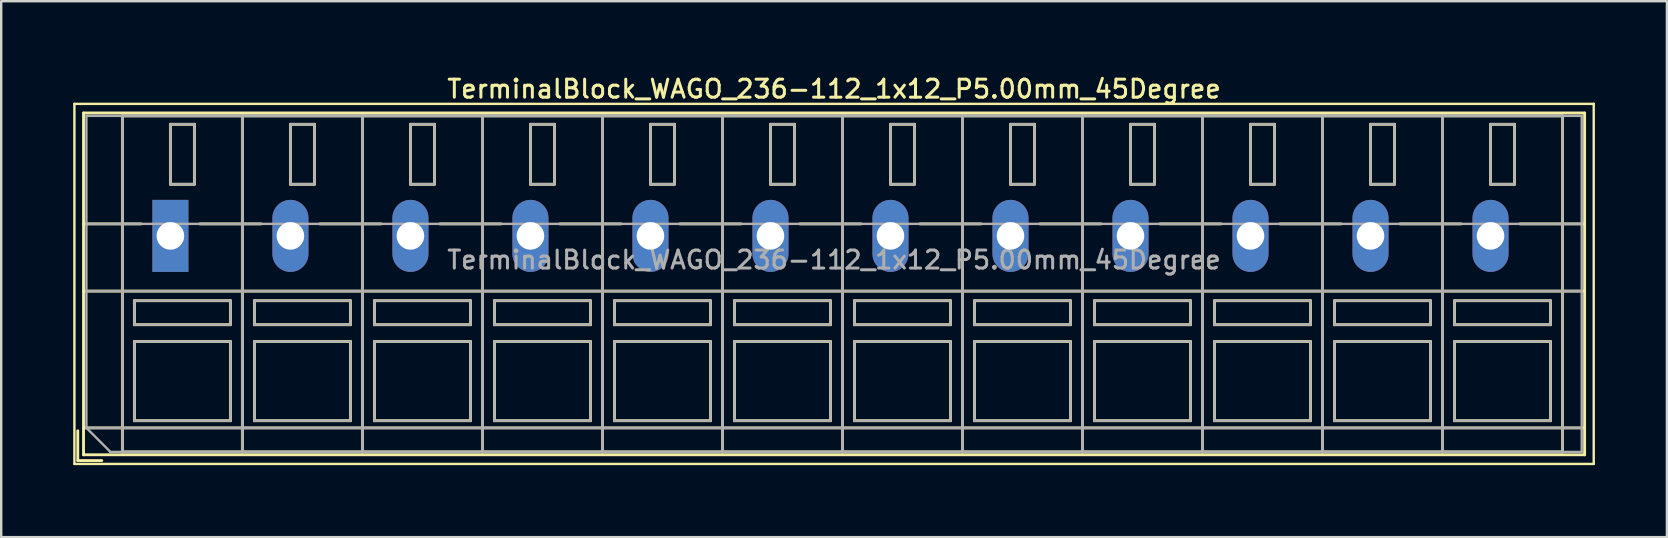
<source format=kicad_pcb>
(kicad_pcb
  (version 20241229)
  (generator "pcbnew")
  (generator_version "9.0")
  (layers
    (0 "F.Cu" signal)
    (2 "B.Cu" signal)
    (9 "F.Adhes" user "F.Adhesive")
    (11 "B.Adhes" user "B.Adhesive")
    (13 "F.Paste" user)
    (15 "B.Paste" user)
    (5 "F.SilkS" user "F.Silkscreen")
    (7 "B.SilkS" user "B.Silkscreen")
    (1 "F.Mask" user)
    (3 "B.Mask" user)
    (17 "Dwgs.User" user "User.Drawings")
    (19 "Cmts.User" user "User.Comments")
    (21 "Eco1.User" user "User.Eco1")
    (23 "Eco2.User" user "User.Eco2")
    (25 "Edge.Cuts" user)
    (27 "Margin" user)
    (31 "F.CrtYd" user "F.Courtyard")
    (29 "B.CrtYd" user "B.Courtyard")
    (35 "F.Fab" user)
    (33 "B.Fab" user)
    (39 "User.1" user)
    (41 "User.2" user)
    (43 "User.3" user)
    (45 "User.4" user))
  (footprint "TerminalBlock_WAGO_236-112_1x12_P5.00mm_45Degree"
    (layer "F.Cu")
    (at 4.05 6.778)
    (property "Reference" "TerminalBlock_WAGO_236-112_1x12_P5.00mm_45Degree" (at 27.65 -6.12 0) (layer "F.SilkS") (effects (font (size 0.75 0.75) (thickness 0.125))))
    (attr through_hole)
    (fp_line (start -4 -5.5) (end -4 9.5) (stroke (width 0.1) (type solid)) (layer "F.SilkS"))
    (fp_line (start -4 9.5) (end 59.3 9.5) (stroke (width 0.1) (type solid)) (layer "F.SilkS"))
    (fp_line (start -3.86 8.12) (end -3.86 9.36) (stroke (width 0.12) (type solid)) (layer "F.SilkS"))
    (fp_line (start -3.86 9.36) (end -2.86 9.36) (stroke (width 0.12) (type solid)) (layer "F.SilkS"))
    (fp_line (start -3.62 -5.12) (end -3.62 9.12) (stroke (width 0.12) (type solid)) (layer "F.SilkS"))
    (fp_line (start -3.62 -5.12) (end 58.92 -5.12) (stroke (width 0.12) (type solid)) (layer "F.SilkS"))
    (fp_line (start -3.62 -0.5) (end -1.23 -0.5) (stroke (width 0.12) (type solid)) (layer "F.SilkS"))
    (fp_line (start -3.62 2.3) (end 58.92 2.3) (stroke (width 0.12) (type solid)) (layer "F.SilkS"))
    (fp_line (start -3.62 8) (end 58.92 8) (stroke (width 0.12) (type solid)) (layer "F.SilkS"))
    (fp_line (start -3.62 9.12) (end 58.92 9.12) (stroke (width 0.12) (type solid)) (layer "F.SilkS"))
    (fp_line (start -2 -5) (end -2 9) (stroke (width 0.12) (type solid)) (layer "F.SilkS"))
    (fp_line (start -2 -5) (end 3 -5) (stroke (width 0.12) (type solid)) (layer "F.SilkS"))
    (fp_line (start -2 9) (end 3 9) (stroke (width 0.12) (type solid)) (layer "F.SilkS"))
    (fp_line (start -1.5 2.7) (end -1.5 3.7) (stroke (width 0.12) (type solid)) (layer "F.SilkS"))
    (fp_line (start -1.5 2.7) (end 2.5 2.7) (stroke (width 0.12) (type solid)) (layer "F.SilkS"))
    (fp_line (start -1.5 3.7) (end 2.5 3.7) (stroke (width 0.12) (type solid)) (layer "F.SilkS"))
    (fp_line (start -1.5 4.4) (end -1.5 7.7) (stroke (width 0.12) (type solid)) (layer "F.SilkS"))
    (fp_line (start -1.5 4.4) (end 2.5 4.4) (stroke (width 0.12) (type solid)) (layer "F.SilkS"))
    (fp_line (start -1.5 7.7) (end 2.5 7.7) (stroke (width 0.12) (type solid)) (layer "F.SilkS"))
    (fp_line (start 0 -4.65) (end 0 -2.151) (stroke (width 0.12) (type solid)) (layer "F.SilkS"))
    (fp_line (start 0 -4.65) (end 1 -4.65) (stroke (width 0.12) (type solid)) (layer "F.SilkS"))
    (fp_line (start 0 -2.151) (end 1 -2.151) (stroke (width 0.12) (type solid)) (layer "F.SilkS"))
    (fp_line (start 1 -4.65) (end 1 -2.151) (stroke (width 0.12) (type solid)) (layer "F.SilkS"))
    (fp_line (start 1.23 -0.5) (end 3.77 -0.5) (stroke (width 0.12) (type solid)) (layer "F.SilkS"))
    (fp_line (start 2.5 2.7) (end 2.5 3.7) (stroke (width 0.12) (type solid)) (layer "F.SilkS"))
    (fp_line (start 2.5 4.4) (end 2.5 7.7) (stroke (width 0.12) (type solid)) (layer "F.SilkS"))
    (fp_line (start 3 -5) (end 3 9) (stroke (width 0.12) (type solid)) (layer "F.SilkS"))
    (fp_line (start 3 -5) (end 3 9) (stroke (width 0.12) (type solid)) (layer "F.SilkS"))
    (fp_line (start 3 -5) (end 8 -5) (stroke (width 0.12) (type solid)) (layer "F.SilkS"))
    (fp_line (start 3 9) (end 8 9) (stroke (width 0.12) (type solid)) (layer "F.SilkS"))
    (fp_line (start 3.5 2.7) (end 3.5 3.7) (stroke (width 0.12) (type solid)) (layer "F.SilkS"))
    (fp_line (start 3.5 2.7) (end 7.5 2.7) (stroke (width 0.12) (type solid)) (layer "F.SilkS"))
    (fp_line (start 3.5 3.7) (end 7.5 3.7) (stroke (width 0.12) (type solid)) (layer "F.SilkS"))
    (fp_line (start 3.5 4.4) (end 3.5 7.7) (stroke (width 0.12) (type solid)) (layer "F.SilkS"))
    (fp_line (start 3.5 4.4) (end 7.5 4.4) (stroke (width 0.12) (type solid)) (layer "F.SilkS"))
    (fp_line (start 3.5 7.7) (end 7.5 7.7) (stroke (width 0.12) (type solid)) (layer "F.SilkS"))
    (fp_line (start 5 -4.65) (end 5 -2.151) (stroke (width 0.12) (type solid)) (layer "F.SilkS"))
    (fp_line (start 5 -4.65) (end 6 -4.65) (stroke (width 0.12) (type solid)) (layer "F.SilkS"))
    (fp_line (start 5 -2.151) (end 6 -2.151) (stroke (width 0.12) (type solid)) (layer "F.SilkS"))
    (fp_line (start 6 -4.65) (end 6 -2.151) (stroke (width 0.12) (type solid)) (layer "F.SilkS"))
    (fp_line (start 6.23 -0.5) (end 8.77 -0.5) (stroke (width 0.12) (type solid)) (layer "F.SilkS"))
    (fp_line (start 7.5 2.7) (end 7.5 3.7) (stroke (width 0.12) (type solid)) (layer "F.SilkS"))
    (fp_line (start 7.5 4.4) (end 7.5 7.7) (stroke (width 0.12) (type solid)) (layer "F.SilkS"))
    (fp_line (start 8 -5) (end 8 9) (stroke (width 0.12) (type solid)) (layer "F.SilkS"))
    (fp_line (start 8 -5) (end 8 9) (stroke (width 0.12) (type solid)) (layer "F.SilkS"))
    (fp_line (start 8 -5) (end 13 -5) (stroke (width 0.12) (type solid)) (layer "F.SilkS"))
    (fp_line (start 8 9) (end 13 9) (stroke (width 0.12) (type solid)) (layer "F.SilkS"))
    (fp_line (start 8.5 2.7) (end 8.5 3.7) (stroke (width 0.12) (type solid)) (layer "F.SilkS"))
    (fp_line (start 8.5 2.7) (end 12.5 2.7) (stroke (width 0.12) (type solid)) (layer "F.SilkS"))
    (fp_line (start 8.5 3.7) (end 12.5 3.7) (stroke (width 0.12) (type solid)) (layer "F.SilkS"))
    (fp_line (start 8.5 4.4) (end 8.5 7.7) (stroke (width 0.12) (type solid)) (layer "F.SilkS"))
    (fp_line (start 8.5 4.4) (end 12.5 4.4) (stroke (width 0.12) (type solid)) (layer "F.SilkS"))
    (fp_line (start 8.5 7.7) (end 12.5 7.7) (stroke (width 0.12) (type solid)) (layer "F.SilkS"))
    (fp_line (start 10 -4.65) (end 10 -2.151) (stroke (width 0.12) (type solid)) (layer "F.SilkS"))
    (fp_line (start 10 -4.65) (end 11 -4.65) (stroke (width 0.12) (type solid)) (layer "F.SilkS"))
    (fp_line (start 10 -2.151) (end 11 -2.151) (stroke (width 0.12) (type solid)) (layer "F.SilkS"))
    (fp_line (start 11 -4.65) (end 11 -2.151) (stroke (width 0.12) (type solid)) (layer "F.SilkS"))
    (fp_line (start 11.23 -0.5) (end 13.77 -0.5) (stroke (width 0.12) (type solid)) (layer "F.SilkS"))
    (fp_line (start 12.5 2.7) (end 12.5 3.7) (stroke (width 0.12) (type solid)) (layer "F.SilkS"))
    (fp_line (start 12.5 4.4) (end 12.5 7.7) (stroke (width 0.12) (type solid)) (layer "F.SilkS"))
    (fp_line (start 13 -5) (end 13 9) (stroke (width 0.12) (type solid)) (layer "F.SilkS"))
    (fp_line (start 13 -5) (end 13 9) (stroke (width 0.12) (type solid)) (layer "F.SilkS"))
    (fp_line (start 13 -5) (end 18 -5) (stroke (width 0.12) (type solid)) (layer "F.SilkS"))
    (fp_line (start 13 9) (end 18 9) (stroke (width 0.12) (type solid)) (layer "F.SilkS"))
    (fp_line (start 13.5 2.7) (end 13.5 3.7) (stroke (width 0.12) (type solid)) (layer "F.SilkS"))
    (fp_line (start 13.5 2.7) (end 17.5 2.7) (stroke (width 0.12) (type solid)) (layer "F.SilkS"))
    (fp_line (start 13.5 3.7) (end 17.5 3.7) (stroke (width 0.12) (type solid)) (layer "F.SilkS"))
    (fp_line (start 13.5 4.4) (end 13.5 7.7) (stroke (width 0.12) (type solid)) (layer "F.SilkS"))
    (fp_line (start 13.5 4.4) (end 17.5 4.4) (stroke (width 0.12) (type solid)) (layer "F.SilkS"))
    (fp_line (start 13.5 7.7) (end 17.5 7.7) (stroke (width 0.12) (type solid)) (layer "F.SilkS"))
    (fp_line (start 15 -4.65) (end 15 -2.151) (stroke (width 0.12) (type solid)) (layer "F.SilkS"))
    (fp_line (start 15 -4.65) (end 16 -4.65) (stroke (width 0.12) (type solid)) (layer "F.SilkS"))
    (fp_line (start 15 -2.151) (end 16 -2.151) (stroke (width 0.12) (type solid)) (layer "F.SilkS"))
    (fp_line (start 16 -4.65) (end 16 -2.151) (stroke (width 0.12) (type solid)) (layer "F.SilkS"))
    (fp_line (start 16.23 -0.5) (end 18.77 -0.5) (stroke (width 0.12) (type solid)) (layer "F.SilkS"))
    (fp_line (start 17.5 2.7) (end 17.5 3.7) (stroke (width 0.12) (type solid)) (layer "F.SilkS"))
    (fp_line (start 17.5 4.4) (end 17.5 7.7) (stroke (width 0.12) (type solid)) (layer "F.SilkS"))
    (fp_line (start 18 -5) (end 18 9) (stroke (width 0.12) (type solid)) (layer "F.SilkS"))
    (fp_line (start 18 -5) (end 18 9) (stroke (width 0.12) (type solid)) (layer "F.SilkS"))
    (fp_line (start 18 -5) (end 23 -5) (stroke (width 0.12) (type solid)) (layer "F.SilkS"))
    (fp_line (start 18 9) (end 23 9) (stroke (width 0.12) (type solid)) (layer "F.SilkS"))
    (fp_line (start 18.5 2.7) (end 18.5 3.7) (stroke (width 0.12) (type solid)) (layer "F.SilkS"))
    (fp_line (start 18.5 2.7) (end 22.5 2.7) (stroke (width 0.12) (type solid)) (layer "F.SilkS"))
    (fp_line (start 18.5 3.7) (end 22.5 3.7) (stroke (width 0.12) (type solid)) (layer "F.SilkS"))
    (fp_line (start 18.5 4.4) (end 18.5 7.7) (stroke (width 0.12) (type solid)) (layer "F.SilkS"))
    (fp_line (start 18.5 4.4) (end 22.5 4.4) (stroke (width 0.12) (type solid)) (layer "F.SilkS"))
    (fp_line (start 18.5 7.7) (end 22.5 7.7) (stroke (width 0.12) (type solid)) (layer "F.SilkS"))
    (fp_line (start 20 -4.65) (end 20 -2.151) (stroke (width 0.12) (type solid)) (layer "F.SilkS"))
    (fp_line (start 20 -4.65) (end 21 -4.65) (stroke (width 0.12) (type solid)) (layer "F.SilkS"))
    (fp_line (start 20 -2.151) (end 21 -2.151) (stroke (width 0.12) (type solid)) (layer "F.SilkS"))
    (fp_line (start 21 -4.65) (end 21 -2.151) (stroke (width 0.12) (type solid)) (layer "F.SilkS"))
    (fp_line (start 21.23 -0.5) (end 23.77 -0.5) (stroke (width 0.12) (type solid)) (layer "F.SilkS"))
    (fp_line (start 22.5 2.7) (end 22.5 3.7) (stroke (width 0.12) (type solid)) (layer "F.SilkS"))
    (fp_line (start 22.5 4.4) (end 22.5 7.7) (stroke (width 0.12) (type solid)) (layer "F.SilkS"))
    (fp_line (start 23 -5) (end 23 9) (stroke (width 0.12) (type solid)) (layer "F.SilkS"))
    (fp_line (start 23 -5) (end 23 9) (stroke (width 0.12) (type solid)) (layer "F.SilkS"))
    (fp_line (start 23 -5) (end 28 -5) (stroke (width 0.12) (type solid)) (layer "F.SilkS"))
    (fp_line (start 23 9) (end 28 9) (stroke (width 0.12) (type solid)) (layer "F.SilkS"))
    (fp_line (start 23.5 2.7) (end 23.5 3.7) (stroke (width 0.12) (type solid)) (layer "F.SilkS"))
    (fp_line (start 23.5 2.7) (end 27.5 2.7) (stroke (width 0.12) (type solid)) (layer "F.SilkS"))
    (fp_line (start 23.5 3.7) (end 27.5 3.7) (stroke (width 0.12) (type solid)) (layer "F.SilkS"))
    (fp_line (start 23.5 4.4) (end 23.5 7.7) (stroke (width 0.12) (type solid)) (layer "F.SilkS"))
    (fp_line (start 23.5 4.4) (end 27.5 4.4) (stroke (width 0.12) (type solid)) (layer "F.SilkS"))
    (fp_line (start 23.5 7.7) (end 27.5 7.7) (stroke (width 0.12) (type solid)) (layer "F.SilkS"))
    (fp_line (start 25 -4.65) (end 25 -2.151) (stroke (width 0.12) (type solid)) (layer "F.SilkS"))
    (fp_line (start 25 -4.65) (end 26 -4.65) (stroke (width 0.12) (type solid)) (layer "F.SilkS"))
    (fp_line (start 25 -2.151) (end 26 -2.151) (stroke (width 0.12) (type solid)) (layer "F.SilkS"))
    (fp_line (start 26 -4.65) (end 26 -2.151) (stroke (width 0.12) (type solid)) (layer "F.SilkS"))
    (fp_line (start 26.23 -0.5) (end 28.77 -0.5) (stroke (width 0.12) (type solid)) (layer "F.SilkS"))
    (fp_line (start 27.5 2.7) (end 27.5 3.7) (stroke (width 0.12) (type solid)) (layer "F.SilkS"))
    (fp_line (start 27.5 4.4) (end 27.5 7.7) (stroke (width 0.12) (type solid)) (layer "F.SilkS"))
    (fp_line (start 28 -5) (end 28 9) (stroke (width 0.12) (type solid)) (layer "F.SilkS"))
    (fp_line (start 28 -5) (end 28 9) (stroke (width 0.12) (type solid)) (layer "F.SilkS"))
    (fp_line (start 28 -5) (end 33 -5) (stroke (width 0.12) (type solid)) (layer "F.SilkS"))
    (fp_line (start 28 9) (end 33 9) (stroke (width 0.12) (type solid)) (layer "F.SilkS"))
    (fp_line (start 28.5 2.7) (end 28.5 3.7) (stroke (width 0.12) (type solid)) (layer "F.SilkS"))
    (fp_line (start 28.5 2.7) (end 32.5 2.7) (stroke (width 0.12) (type solid)) (layer "F.SilkS"))
    (fp_line (start 28.5 3.7) (end 32.5 3.7) (stroke (width 0.12) (type solid)) (layer "F.SilkS"))
    (fp_line (start 28.5 4.4) (end 28.5 7.7) (stroke (width 0.12) (type solid)) (layer "F.SilkS"))
    (fp_line (start 28.5 4.4) (end 32.5 4.4) (stroke (width 0.12) (type solid)) (layer "F.SilkS"))
    (fp_line (start 28.5 7.7) (end 32.5 7.7) (stroke (width 0.12) (type solid)) (layer "F.SilkS"))
    (fp_line (start 30 -4.65) (end 30 -2.151) (stroke (width 0.12) (type solid)) (layer "F.SilkS"))
    (fp_line (start 30 -4.65) (end 31 -4.65) (stroke (width 0.12) (type solid)) (layer "F.SilkS"))
    (fp_line (start 30 -2.151) (end 31 -2.151) (stroke (width 0.12) (type solid)) (layer "F.SilkS"))
    (fp_line (start 31 -4.65) (end 31 -2.151) (stroke (width 0.12) (type solid)) (layer "F.SilkS"))
    (fp_line (start 31.23 -0.5) (end 33.77 -0.5) (stroke (width 0.12) (type solid)) (layer "F.SilkS"))
    (fp_line (start 32.5 2.7) (end 32.5 3.7) (stroke (width 0.12) (type solid)) (layer "F.SilkS"))
    (fp_line (start 32.5 4.4) (end 32.5 7.7) (stroke (width 0.12) (type solid)) (layer "F.SilkS"))
    (fp_line (start 33 -5) (end 33 9) (stroke (width 0.12) (type solid)) (layer "F.SilkS"))
    (fp_line (start 33 -5) (end 33 9) (stroke (width 0.12) (type solid)) (layer "F.SilkS"))
    (fp_line (start 33 -5) (end 38 -5) (stroke (width 0.12) (type solid)) (layer "F.SilkS"))
    (fp_line (start 33 9) (end 38 9) (stroke (width 0.12) (type solid)) (layer "F.SilkS"))
    (fp_line (start 33.5 2.7) (end 33.5 3.7) (stroke (width 0.12) (type solid)) (layer "F.SilkS"))
    (fp_line (start 33.5 2.7) (end 37.5 2.7) (stroke (width 0.12) (type solid)) (layer "F.SilkS"))
    (fp_line (start 33.5 3.7) (end 37.5 3.7) (stroke (width 0.12) (type solid)) (layer "F.SilkS"))
    (fp_line (start 33.5 4.4) (end 33.5 7.7) (stroke (width 0.12) (type solid)) (layer "F.SilkS"))
    (fp_line (start 33.5 4.4) (end 37.5 4.4) (stroke (width 0.12) (type solid)) (layer "F.SilkS"))
    (fp_line (start 33.5 7.7) (end 37.5 7.7) (stroke (width 0.12) (type solid)) (layer "F.SilkS"))
    (fp_line (start 35 -4.65) (end 35 -2.151) (stroke (width 0.12) (type solid)) (layer "F.SilkS"))
    (fp_line (start 35 -4.65) (end 36 -4.65) (stroke (width 0.12) (type solid)) (layer "F.SilkS"))
    (fp_line (start 35 -2.151) (end 36 -2.151) (stroke (width 0.12) (type solid)) (layer "F.SilkS"))
    (fp_line (start 36 -4.65) (end 36 -2.151) (stroke (width 0.12) (type solid)) (layer "F.SilkS"))
    (fp_line (start 36.23 -0.5) (end 38.77 -0.5) (stroke (width 0.12) (type solid)) (layer "F.SilkS"))
    (fp_line (start 37.5 2.7) (end 37.5 3.7) (stroke (width 0.12) (type solid)) (layer "F.SilkS"))
    (fp_line (start 37.5 4.4) (end 37.5 7.7) (stroke (width 0.12) (type solid)) (layer "F.SilkS"))
    (fp_line (start 38 -5) (end 38 9) (stroke (width 0.12) (type solid)) (layer "F.SilkS"))
    (fp_line (start 38 -5) (end 38 9) (stroke (width 0.12) (type solid)) (layer "F.SilkS"))
    (fp_line (start 38 -5) (end 43 -5) (stroke (width 0.12) (type solid)) (layer "F.SilkS"))
    (fp_line (start 38 9) (end 43 9) (stroke (width 0.12) (type solid)) (layer "F.SilkS"))
    (fp_line (start 38.5 2.7) (end 38.5 3.7) (stroke (width 0.12) (type solid)) (layer "F.SilkS"))
    (fp_line (start 38.5 2.7) (end 42.5 2.7) (stroke (width 0.12) (type solid)) (layer "F.SilkS"))
    (fp_line (start 38.5 3.7) (end 42.5 3.7) (stroke (width 0.12) (type solid)) (layer "F.SilkS"))
    (fp_line (start 38.5 4.4) (end 38.5 7.7) (stroke (width 0.12) (type solid)) (layer "F.SilkS"))
    (fp_line (start 38.5 4.4) (end 42.5 4.4) (stroke (width 0.12) (type solid)) (layer "F.SilkS"))
    (fp_line (start 38.5 7.7) (end 42.5 7.7) (stroke (width 0.12) (type solid)) (layer "F.SilkS"))
    (fp_line (start 40 -4.65) (end 40 -2.151) (stroke (width 0.12) (type solid)) (layer "F.SilkS"))
    (fp_line (start 40 -4.65) (end 41 -4.65) (stroke (width 0.12) (type solid)) (layer "F.SilkS"))
    (fp_line (start 40 -2.151) (end 41 -2.151) (stroke (width 0.12) (type solid)) (layer "F.SilkS"))
    (fp_line (start 41 -4.65) (end 41 -2.151) (stroke (width 0.12) (type solid)) (layer "F.SilkS"))
    (fp_line (start 41.23 -0.5) (end 43.77 -0.5) (stroke (width 0.12) (type solid)) (layer "F.SilkS"))
    (fp_line (start 42.5 2.7) (end 42.5 3.7) (stroke (width 0.12) (type solid)) (layer "F.SilkS"))
    (fp_line (start 42.5 4.4) (end 42.5 7.7) (stroke (width 0.12) (type solid)) (layer "F.SilkS"))
    (fp_line (start 43 -5) (end 43 9) (stroke (width 0.12) (type solid)) (layer "F.SilkS"))
    (fp_line (start 43 -5) (end 43 9) (stroke (width 0.12) (type solid)) (layer "F.SilkS"))
    (fp_line (start 43 -5) (end 48 -5) (stroke (width 0.12) (type solid)) (layer "F.SilkS"))
    (fp_line (start 43 9) (end 48 9) (stroke (width 0.12) (type solid)) (layer "F.SilkS"))
    (fp_line (start 43.5 2.7) (end 43.5 3.7) (stroke (width 0.12) (type solid)) (layer "F.SilkS"))
    (fp_line (start 43.5 2.7) (end 47.5 2.7) (stroke (width 0.12) (type solid)) (layer "F.SilkS"))
    (fp_line (start 43.5 3.7) (end 47.5 3.7) (stroke (width 0.12) (type solid)) (layer "F.SilkS"))
    (fp_line (start 43.5 4.4) (end 43.5 7.7) (stroke (width 0.12) (type solid)) (layer "F.SilkS"))
    (fp_line (start 43.5 4.4) (end 47.5 4.4) (stroke (width 0.12) (type solid)) (layer "F.SilkS"))
    (fp_line (start 43.5 7.7) (end 47.5 7.7) (stroke (width 0.12) (type solid)) (layer "F.SilkS"))
    (fp_line (start 45 -4.65) (end 45 -2.151) (stroke (width 0.12) (type solid)) (layer "F.SilkS"))
    (fp_line (start 45 -4.65) (end 46 -4.65) (stroke (width 0.12) (type solid)) (layer "F.SilkS"))
    (fp_line (start 45 -2.151) (end 46 -2.151) (stroke (width 0.12) (type solid)) (layer "F.SilkS"))
    (fp_line (start 46 -4.65) (end 46 -2.151) (stroke (width 0.12) (type solid)) (layer "F.SilkS"))
    (fp_line (start 46.23 -0.5) (end 48.77 -0.5) (stroke (width 0.12) (type solid)) (layer "F.SilkS"))
    (fp_line (start 47.5 2.7) (end 47.5 3.7) (stroke (width 0.12) (type solid)) (layer "F.SilkS"))
    (fp_line (start 47.5 4.4) (end 47.5 7.7) (stroke (width 0.12) (type solid)) (layer "F.SilkS"))
    (fp_line (start 48 -5) (end 48 9) (stroke (width 0.12) (type solid)) (layer "F.SilkS"))
    (fp_line (start 48 -5) (end 48 9) (stroke (width 0.12) (type solid)) (layer "F.SilkS"))
    (fp_line (start 48 -5) (end 53 -5) (stroke (width 0.12) (type solid)) (layer "F.SilkS"))
    (fp_line (start 48 9) (end 53 9) (stroke (width 0.12) (type solid)) (layer "F.SilkS"))
    (fp_line (start 48.5 2.7) (end 48.5 3.7) (stroke (width 0.12) (type solid)) (layer "F.SilkS"))
    (fp_line (start 48.5 2.7) (end 52.5 2.7) (stroke (width 0.12) (type solid)) (layer "F.SilkS"))
    (fp_line (start 48.5 3.7) (end 52.5 3.7) (stroke (width 0.12) (type solid)) (layer "F.SilkS"))
    (fp_line (start 48.5 4.4) (end 48.5 7.7) (stroke (width 0.12) (type solid)) (layer "F.SilkS"))
    (fp_line (start 48.5 4.4) (end 52.5 4.4) (stroke (width 0.12) (type solid)) (layer "F.SilkS"))
    (fp_line (start 48.5 7.7) (end 52.5 7.7) (stroke (width 0.12) (type solid)) (layer "F.SilkS"))
    (fp_line (start 50 -4.65) (end 50 -2.151) (stroke (width 0.12) (type solid)) (layer "F.SilkS"))
    (fp_line (start 50 -4.65) (end 51 -4.65) (stroke (width 0.12) (type solid)) (layer "F.SilkS"))
    (fp_line (start 50 -2.151) (end 51 -2.151) (stroke (width 0.12) (type solid)) (layer "F.SilkS"))
    (fp_line (start 51 -4.65) (end 51 -2.151) (stroke (width 0.12) (type solid)) (layer "F.SilkS"))
    (fp_line (start 51.23 -0.5) (end 53.77 -0.5) (stroke (width 0.12) (type solid)) (layer "F.SilkS"))
    (fp_line (start 52.5 2.7) (end 52.5 3.7) (stroke (width 0.12) (type solid)) (layer "F.SilkS"))
    (fp_line (start 52.5 4.4) (end 52.5 7.7) (stroke (width 0.12) (type solid)) (layer "F.SilkS"))
    (fp_line (start 53 -5) (end 53 9) (stroke (width 0.12) (type solid)) (layer "F.SilkS"))
    (fp_line (start 53 -5) (end 53 9) (stroke (width 0.12) (type solid)) (layer "F.SilkS"))
    (fp_line (start 53 -5) (end 58 -5) (stroke (width 0.12) (type solid)) (layer "F.SilkS"))
    (fp_line (start 53 9) (end 58 9) (stroke (width 0.12) (type solid)) (layer "F.SilkS"))
    (fp_line (start 53.5 2.7) (end 53.5 3.7) (stroke (width 0.12) (type solid)) (layer "F.SilkS"))
    (fp_line (start 53.5 2.7) (end 57.5 2.7) (stroke (width 0.12) (type solid)) (layer "F.SilkS"))
    (fp_line (start 53.5 3.7) (end 57.5 3.7) (stroke (width 0.12) (type solid)) (layer "F.SilkS"))
    (fp_line (start 53.5 4.4) (end 53.5 7.7) (stroke (width 0.12) (type solid)) (layer "F.SilkS"))
    (fp_line (start 53.5 4.4) (end 57.5 4.4) (stroke (width 0.12) (type solid)) (layer "F.SilkS"))
    (fp_line (start 53.5 7.7) (end 57.5 7.7) (stroke (width 0.12) (type solid)) (layer "F.SilkS"))
    (fp_line (start 55 -4.65) (end 55 -2.151) (stroke (width 0.12) (type solid)) (layer "F.SilkS"))
    (fp_line (start 55 -4.65) (end 56 -4.65) (stroke (width 0.12) (type solid)) (layer "F.SilkS"))
    (fp_line (start 55 -2.151) (end 56 -2.151) (stroke (width 0.12) (type solid)) (layer "F.SilkS"))
    (fp_line (start 56 -4.65) (end 56 -2.151) (stroke (width 0.12) (type solid)) (layer "F.SilkS"))
    (fp_line (start 56.23 -0.5) (end 58.92 -0.5) (stroke (width 0.12) (type solid)) (layer "F.SilkS"))
    (fp_line (start 57.5 2.7) (end 57.5 3.7) (stroke (width 0.12) (type solid)) (layer "F.SilkS"))
    (fp_line (start 57.5 4.4) (end 57.5 7.7) (stroke (width 0.12) (type solid)) (layer "F.SilkS"))
    (fp_line (start 58 -5) (end 58 9) (stroke (width 0.12) (type solid)) (layer "F.SilkS"))
    (fp_line (start 58.92 -5.12) (end 58.92 9.12) (stroke (width 0.12) (type solid)) (layer "F.SilkS"))
    (fp_line (start 59.3 -5.5) (end -4 -5.5) (stroke (width 0.1) (type solid)) (layer "F.SilkS"))
    (fp_line (start 59.3 9.5) (end 59.3 -5.5) (stroke (width 0.1) (type solid)) (layer "F.SilkS"))
    (fp_line (start -3.5 -5) (end 58.8 -5) (stroke (width 0.1) (type solid)) (layer "F.Fab"))
    (fp_line (start -3.5 -0.5) (end 58.8 -0.5) (stroke (width 0.1) (type solid)) (layer "F.Fab"))
    (fp_line (start -3.5 2.3) (end 58.8 2.3) (stroke (width 0.1) (type solid)) (layer "F.Fab"))
    (fp_line (start -3.5 8) (end -3.5 -5) (stroke (width 0.1) (type solid)) (layer "F.Fab"))
    (fp_line (start -3.5 8) (end 58.8 8) (stroke (width 0.1) (type solid)) (layer "F.Fab"))
    (fp_line (start -2.5 9) (end -3.5 8) (stroke (width 0.1) (type solid)) (layer "F.Fab"))
    (fp_line (start -2 -5) (end -2 9) (stroke (width 0.1) (type solid)) (layer "F.Fab"))
    (fp_line (start -2 9) (end 3 9) (stroke (width 0.1) (type solid)) (layer "F.Fab"))
    (fp_line (start -1.5 2.7) (end -1.5 3.7) (stroke (width 0.1) (type solid)) (layer "F.Fab"))
    (fp_line (start -1.5 3.7) (end 2.5 3.7) (stroke (width 0.1) (type solid)) (layer "F.Fab"))
    (fp_line (start -1.5 4.4) (end -1.5 7.7) (stroke (width 0.1) (type solid)) (layer "F.Fab"))
    (fp_line (start -1.5 7.7) (end 2.5 7.7) (stroke (width 0.1) (type solid)) (layer "F.Fab"))
    (fp_line (start 0 -4.65) (end 0 -2.15) (stroke (width 0.1) (type solid)) (layer "F.Fab"))
    (fp_line (start 0 -2.15) (end 1 -2.15) (stroke (width 0.1) (type solid)) (layer "F.Fab"))
    (fp_line (start 1 -4.65) (end 0 -4.65) (stroke (width 0.1) (type solid)) (layer "F.Fab"))
    (fp_line (start 1 -2.15) (end 1 -4.65) (stroke (width 0.1) (type solid)) (layer "F.Fab"))
    (fp_line (start 2.5 2.7) (end -1.5 2.7) (stroke (width 0.1) (type solid)) (layer "F.Fab"))
    (fp_line (start 2.5 3.7) (end 2.5 2.7) (stroke (width 0.1) (type solid)) (layer "F.Fab"))
    (fp_line (start 2.5 4.4) (end -1.5 4.4) (stroke (width 0.1) (type solid)) (layer "F.Fab"))
    (fp_line (start 2.5 7.7) (end 2.5 4.4) (stroke (width 0.1) (type solid)) (layer "F.Fab"))
    (fp_line (start 3 -5) (end -2 -5) (stroke (width 0.1) (type solid)) (layer "F.Fab"))
    (fp_line (start 3 -5) (end 3 9) (stroke (width 0.1) (type solid)) (layer "F.Fab"))
    (fp_line (start 3 9) (end 3 -5) (stroke (width 0.1) (type solid)) (layer "F.Fab"))
    (fp_line (start 3 9) (end 8 9) (stroke (width 0.1) (type solid)) (layer "F.Fab"))
    (fp_line (start 3.5 2.7) (end 3.5 3.7) (stroke (width 0.1) (type solid)) (layer "F.Fab"))
    (fp_line (start 3.5 3.7) (end 7.5 3.7) (stroke (width 0.1) (type solid)) (layer "F.Fab"))
    (fp_line (start 3.5 4.4) (end 3.5 7.7) (stroke (width 0.1) (type solid)) (layer "F.Fab"))
    (fp_line (start 3.5 7.7) (end 7.5 7.7) (stroke (width 0.1) (type solid)) (layer "F.Fab"))
    (fp_line (start 5 -4.65) (end 5 -2.15) (stroke (width 0.1) (type solid)) (layer "F.Fab"))
    (fp_line (start 5 -2.15) (end 6 -2.15) (stroke (width 0.1) (type solid)) (layer "F.Fab"))
    (fp_line (start 6 -4.65) (end 5 -4.65) (stroke (width 0.1) (type solid)) (layer "F.Fab"))
    (fp_line (start 6 -2.15) (end 6 -4.65) (stroke (width 0.1) (type solid)) (layer "F.Fab"))
    (fp_line (start 7.5 2.7) (end 3.5 2.7) (stroke (width 0.1) (type solid)) (layer "F.Fab"))
    (fp_line (start 7.5 3.7) (end 7.5 2.7) (stroke (width 0.1) (type solid)) (layer "F.Fab"))
    (fp_line (start 7.5 4.4) (end 3.5 4.4) (stroke (width 0.1) (type solid)) (layer "F.Fab"))
    (fp_line (start 7.5 7.7) (end 7.5 4.4) (stroke (width 0.1) (type solid)) (layer "F.Fab"))
    (fp_line (start 8 -5) (end 3 -5) (stroke (width 0.1) (type solid)) (layer "F.Fab"))
    (fp_line (start 8 -5) (end 8 9) (stroke (width 0.1) (type solid)) (layer "F.Fab"))
    (fp_line (start 8 9) (end 8 -5) (stroke (width 0.1) (type solid)) (layer "F.Fab"))
    (fp_line (start 8 9) (end 13 9) (stroke (width 0.1) (type solid)) (layer "F.Fab"))
    (fp_line (start 8.5 2.7) (end 8.5 3.7) (stroke (width 0.1) (type solid)) (layer "F.Fab"))
    (fp_line (start 8.5 3.7) (end 12.5 3.7) (stroke (width 0.1) (type solid)) (layer "F.Fab"))
    (fp_line (start 8.5 4.4) (end 8.5 7.7) (stroke (width 0.1) (type solid)) (layer "F.Fab"))
    (fp_line (start 8.5 7.7) (end 12.5 7.7) (stroke (width 0.1) (type solid)) (layer "F.Fab"))
    (fp_line (start 10 -4.65) (end 10 -2.15) (stroke (width 0.1) (type solid)) (layer "F.Fab"))
    (fp_line (start 10 -2.15) (end 11 -2.15) (stroke (width 0.1) (type solid)) (layer "F.Fab"))
    (fp_line (start 11 -4.65) (end 10 -4.65) (stroke (width 0.1) (type solid)) (layer "F.Fab"))
    (fp_line (start 11 -2.15) (end 11 -4.65) (stroke (width 0.1) (type solid)) (layer "F.Fab"))
    (fp_line (start 12.5 2.7) (end 8.5 2.7) (stroke (width 0.1) (type solid)) (layer "F.Fab"))
    (fp_line (start 12.5 3.7) (end 12.5 2.7) (stroke (width 0.1) (type solid)) (layer "F.Fab"))
    (fp_line (start 12.5 4.4) (end 8.5 4.4) (stroke (width 0.1) (type solid)) (layer "F.Fab"))
    (fp_line (start 12.5 7.7) (end 12.5 4.4) (stroke (width 0.1) (type solid)) (layer "F.Fab"))
    (fp_line (start 13 -5) (end 8 -5) (stroke (width 0.1) (type solid)) (layer "F.Fab"))
    (fp_line (start 13 -5) (end 13 9) (stroke (width 0.1) (type solid)) (layer "F.Fab"))
    (fp_line (start 13 9) (end 13 -5) (stroke (width 0.1) (type solid)) (layer "F.Fab"))
    (fp_line (start 13 9) (end 18 9) (stroke (width 0.1) (type solid)) (layer "F.Fab"))
    (fp_line (start 13.5 2.7) (end 13.5 3.7) (stroke (width 0.1) (type solid)) (layer "F.Fab"))
    (fp_line (start 13.5 3.7) (end 17.5 3.7) (stroke (width 0.1) (type solid)) (layer "F.Fab"))
    (fp_line (start 13.5 4.4) (end 13.5 7.7) (stroke (width 0.1) (type solid)) (layer "F.Fab"))
    (fp_line (start 13.5 7.7) (end 17.5 7.7) (stroke (width 0.1) (type solid)) (layer "F.Fab"))
    (fp_line (start 15 -4.65) (end 15 -2.15) (stroke (width 0.1) (type solid)) (layer "F.Fab"))
    (fp_line (start 15 -2.15) (end 16 -2.15) (stroke (width 0.1) (type solid)) (layer "F.Fab"))
    (fp_line (start 16 -4.65) (end 15 -4.65) (stroke (width 0.1) (type solid)) (layer "F.Fab"))
    (fp_line (start 16 -2.15) (end 16 -4.65) (stroke (width 0.1) (type solid)) (layer "F.Fab"))
    (fp_line (start 17.5 2.7) (end 13.5 2.7) (stroke (width 0.1) (type solid)) (layer "F.Fab"))
    (fp_line (start 17.5 3.7) (end 17.5 2.7) (stroke (width 0.1) (type solid)) (layer "F.Fab"))
    (fp_line (start 17.5 4.4) (end 13.5 4.4) (stroke (width 0.1) (type solid)) (layer "F.Fab"))
    (fp_line (start 17.5 7.7) (end 17.5 4.4) (stroke (width 0.1) (type solid)) (layer "F.Fab"))
    (fp_line (start 18 -5) (end 13 -5) (stroke (width 0.1) (type solid)) (layer "F.Fab"))
    (fp_line (start 18 -5) (end 18 9) (stroke (width 0.1) (type solid)) (layer "F.Fab"))
    (fp_line (start 18 9) (end 18 -5) (stroke (width 0.1) (type solid)) (layer "F.Fab"))
    (fp_line (start 18 9) (end 23 9) (stroke (width 0.1) (type solid)) (layer "F.Fab"))
    (fp_line (start 18.5 2.7) (end 18.5 3.7) (stroke (width 0.1) (type solid)) (layer "F.Fab"))
    (fp_line (start 18.5 3.7) (end 22.5 3.7) (stroke (width 0.1) (type solid)) (layer "F.Fab"))
    (fp_line (start 18.5 4.4) (end 18.5 7.7) (stroke (width 0.1) (type solid)) (layer "F.Fab"))
    (fp_line (start 18.5 7.7) (end 22.5 7.7) (stroke (width 0.1) (type solid)) (layer "F.Fab"))
    (fp_line (start 20 -4.65) (end 20 -2.15) (stroke (width 0.1) (type solid)) (layer "F.Fab"))
    (fp_line (start 20 -2.15) (end 21 -2.15) (stroke (width 0.1) (type solid)) (layer "F.Fab"))
    (fp_line (start 21 -4.65) (end 20 -4.65) (stroke (width 0.1) (type solid)) (layer "F.Fab"))
    (fp_line (start 21 -2.15) (end 21 -4.65) (stroke (width 0.1) (type solid)) (layer "F.Fab"))
    (fp_line (start 22.5 2.7) (end 18.5 2.7) (stroke (width 0.1) (type solid)) (layer "F.Fab"))
    (fp_line (start 22.5 3.7) (end 22.5 2.7) (stroke (width 0.1) (type solid)) (layer "F.Fab"))
    (fp_line (start 22.5 4.4) (end 18.5 4.4) (stroke (width 0.1) (type solid)) (layer "F.Fab"))
    (fp_line (start 22.5 7.7) (end 22.5 4.4) (stroke (width 0.1) (type solid)) (layer "F.Fab"))
    (fp_line (start 23 -5) (end 18 -5) (stroke (width 0.1) (type solid)) (layer "F.Fab"))
    (fp_line (start 23 -5) (end 23 9) (stroke (width 0.1) (type solid)) (layer "F.Fab"))
    (fp_line (start 23 9) (end 23 -5) (stroke (width 0.1) (type solid)) (layer "F.Fab"))
    (fp_line (start 23 9) (end 28 9) (stroke (width 0.1) (type solid)) (layer "F.Fab"))
    (fp_line (start 23.5 2.7) (end 23.5 3.7) (stroke (width 0.1) (type solid)) (layer "F.Fab"))
    (fp_line (start 23.5 3.7) (end 27.5 3.7) (stroke (width 0.1) (type solid)) (layer "F.Fab"))
    (fp_line (start 23.5 4.4) (end 23.5 7.7) (stroke (width 0.1) (type solid)) (layer "F.Fab"))
    (fp_line (start 23.5 7.7) (end 27.5 7.7) (stroke (width 0.1) (type solid)) (layer "F.Fab"))
    (fp_line (start 25 -4.65) (end 25 -2.15) (stroke (width 0.1) (type solid)) (layer "F.Fab"))
    (fp_line (start 25 -2.15) (end 26 -2.15) (stroke (width 0.1) (type solid)) (layer "F.Fab"))
    (fp_line (start 26 -4.65) (end 25 -4.65) (stroke (width 0.1) (type solid)) (layer "F.Fab"))
    (fp_line (start 26 -2.15) (end 26 -4.65) (stroke (width 0.1) (type solid)) (layer "F.Fab"))
    (fp_line (start 27.5 2.7) (end 23.5 2.7) (stroke (width 0.1) (type solid)) (layer "F.Fab"))
    (fp_line (start 27.5 3.7) (end 27.5 2.7) (stroke (width 0.1) (type solid)) (layer "F.Fab"))
    (fp_line (start 27.5 4.4) (end 23.5 4.4) (stroke (width 0.1) (type solid)) (layer "F.Fab"))
    (fp_line (start 27.5 7.7) (end 27.5 4.4) (stroke (width 0.1) (type solid)) (layer "F.Fab"))
    (fp_line (start 28 -5) (end 23 -5) (stroke (width 0.1) (type solid)) (layer "F.Fab"))
    (fp_line (start 28 -5) (end 28 9) (stroke (width 0.1) (type solid)) (layer "F.Fab"))
    (fp_line (start 28 9) (end 28 -5) (stroke (width 0.1) (type solid)) (layer "F.Fab"))
    (fp_line (start 28 9) (end 33 9) (stroke (width 0.1) (type solid)) (layer "F.Fab"))
    (fp_line (start 28.5 2.7) (end 28.5 3.7) (stroke (width 0.1) (type solid)) (layer "F.Fab"))
    (fp_line (start 28.5 3.7) (end 32.5 3.7) (stroke (width 0.1) (type solid)) (layer "F.Fab"))
    (fp_line (start 28.5 4.4) (end 28.5 7.7) (stroke (width 0.1) (type solid)) (layer "F.Fab"))
    (fp_line (start 28.5 7.7) (end 32.5 7.7) (stroke (width 0.1) (type solid)) (layer "F.Fab"))
    (fp_line (start 30 -4.65) (end 30 -2.15) (stroke (width 0.1) (type solid)) (layer "F.Fab"))
    (fp_line (start 30 -2.15) (end 31 -2.15) (stroke (width 0.1) (type solid)) (layer "F.Fab"))
    (fp_line (start 31 -4.65) (end 30 -4.65) (stroke (width 0.1) (type solid)) (layer "F.Fab"))
    (fp_line (start 31 -2.15) (end 31 -4.65) (stroke (width 0.1) (type solid)) (layer "F.Fab"))
    (fp_line (start 32.5 2.7) (end 28.5 2.7) (stroke (width 0.1) (type solid)) (layer "F.Fab"))
    (fp_line (start 32.5 3.7) (end 32.5 2.7) (stroke (width 0.1) (type solid)) (layer "F.Fab"))
    (fp_line (start 32.5 4.4) (end 28.5 4.4) (stroke (width 0.1) (type solid)) (layer "F.Fab"))
    (fp_line (start 32.5 7.7) (end 32.5 4.4) (stroke (width 0.1) (type solid)) (layer "F.Fab"))
    (fp_line (start 33 -5) (end 28 -5) (stroke (width 0.1) (type solid)) (layer "F.Fab"))
    (fp_line (start 33 -5) (end 33 9) (stroke (width 0.1) (type solid)) (layer "F.Fab"))
    (fp_line (start 33 9) (end 33 -5) (stroke (width 0.1) (type solid)) (layer "F.Fab"))
    (fp_line (start 33 9) (end 38 9) (stroke (width 0.1) (type solid)) (layer "F.Fab"))
    (fp_line (start 33.5 2.7) (end 33.5 3.7) (stroke (width 0.1) (type solid)) (layer "F.Fab"))
    (fp_line (start 33.5 3.7) (end 37.5 3.7) (stroke (width 0.1) (type solid)) (layer "F.Fab"))
    (fp_line (start 33.5 4.4) (end 33.5 7.7) (stroke (width 0.1) (type solid)) (layer "F.Fab"))
    (fp_line (start 33.5 7.7) (end 37.5 7.7) (stroke (width 0.1) (type solid)) (layer "F.Fab"))
    (fp_line (start 35 -4.65) (end 35 -2.15) (stroke (width 0.1) (type solid)) (layer "F.Fab"))
    (fp_line (start 35 -2.15) (end 36 -2.15) (stroke (width 0.1) (type solid)) (layer "F.Fab"))
    (fp_line (start 36 -4.65) (end 35 -4.65) (stroke (width 0.1) (type solid)) (layer "F.Fab"))
    (fp_line (start 36 -2.15) (end 36 -4.65) (stroke (width 0.1) (type solid)) (layer "F.Fab"))
    (fp_line (start 37.5 2.7) (end 33.5 2.7) (stroke (width 0.1) (type solid)) (layer "F.Fab"))
    (fp_line (start 37.5 3.7) (end 37.5 2.7) (stroke (width 0.1) (type solid)) (layer "F.Fab"))
    (fp_line (start 37.5 4.4) (end 33.5 4.4) (stroke (width 0.1) (type solid)) (layer "F.Fab"))
    (fp_line (start 37.5 7.7) (end 37.5 4.4) (stroke (width 0.1) (type solid)) (layer "F.Fab"))
    (fp_line (start 38 -5) (end 33 -5) (stroke (width 0.1) (type solid)) (layer "F.Fab"))
    (fp_line (start 38 -5) (end 38 9) (stroke (width 0.1) (type solid)) (layer "F.Fab"))
    (fp_line (start 38 9) (end 38 -5) (stroke (width 0.1) (type solid)) (layer "F.Fab"))
    (fp_line (start 38 9) (end 43 9) (stroke (width 0.1) (type solid)) (layer "F.Fab"))
    (fp_line (start 38.5 2.7) (end 38.5 3.7) (stroke (width 0.1) (type solid)) (layer "F.Fab"))
    (fp_line (start 38.5 3.7) (end 42.5 3.7) (stroke (width 0.1) (type solid)) (layer "F.Fab"))
    (fp_line (start 38.5 4.4) (end 38.5 7.7) (stroke (width 0.1) (type solid)) (layer "F.Fab"))
    (fp_line (start 38.5 7.7) (end 42.5 7.7) (stroke (width 0.1) (type solid)) (layer "F.Fab"))
    (fp_line (start 40 -4.65) (end 40 -2.15) (stroke (width 0.1) (type solid)) (layer "F.Fab"))
    (fp_line (start 40 -2.15) (end 41 -2.15) (stroke (width 0.1) (type solid)) (layer "F.Fab"))
    (fp_line (start 41 -4.65) (end 40 -4.65) (stroke (width 0.1) (type solid)) (layer "F.Fab"))
    (fp_line (start 41 -2.15) (end 41 -4.65) (stroke (width 0.1) (type solid)) (layer "F.Fab"))
    (fp_line (start 42.5 2.7) (end 38.5 2.7) (stroke (width 0.1) (type solid)) (layer "F.Fab"))
    (fp_line (start 42.5 3.7) (end 42.5 2.7) (stroke (width 0.1) (type solid)) (layer "F.Fab"))
    (fp_line (start 42.5 4.4) (end 38.5 4.4) (stroke (width 0.1) (type solid)) (layer "F.Fab"))
    (fp_line (start 42.5 7.7) (end 42.5 4.4) (stroke (width 0.1) (type solid)) (layer "F.Fab"))
    (fp_line (start 43 -5) (end 38 -5) (stroke (width 0.1) (type solid)) (layer "F.Fab"))
    (fp_line (start 43 -5) (end 43 9) (stroke (width 0.1) (type solid)) (layer "F.Fab"))
    (fp_line (start 43 9) (end 43 -5) (stroke (width 0.1) (type solid)) (layer "F.Fab"))
    (fp_line (start 43 9) (end 48 9) (stroke (width 0.1) (type solid)) (layer "F.Fab"))
    (fp_line (start 43.5 2.7) (end 43.5 3.7) (stroke (width 0.1) (type solid)) (layer "F.Fab"))
    (fp_line (start 43.5 3.7) (end 47.5 3.7) (stroke (width 0.1) (type solid)) (layer "F.Fab"))
    (fp_line (start 43.5 4.4) (end 43.5 7.7) (stroke (width 0.1) (type solid)) (layer "F.Fab"))
    (fp_line (start 43.5 7.7) (end 47.5 7.7) (stroke (width 0.1) (type solid)) (layer "F.Fab"))
    (fp_line (start 45 -4.65) (end 45 -2.15) (stroke (width 0.1) (type solid)) (layer "F.Fab"))
    (fp_line (start 45 -2.15) (end 46 -2.15) (stroke (width 0.1) (type solid)) (layer "F.Fab"))
    (fp_line (start 46 -4.65) (end 45 -4.65) (stroke (width 0.1) (type solid)) (layer "F.Fab"))
    (fp_line (start 46 -2.15) (end 46 -4.65) (stroke (width 0.1) (type solid)) (layer "F.Fab"))
    (fp_line (start 47.5 2.7) (end 43.5 2.7) (stroke (width 0.1) (type solid)) (layer "F.Fab"))
    (fp_line (start 47.5 3.7) (end 47.5 2.7) (stroke (width 0.1) (type solid)) (layer "F.Fab"))
    (fp_line (start 47.5 4.4) (end 43.5 4.4) (stroke (width 0.1) (type solid)) (layer "F.Fab"))
    (fp_line (start 47.5 7.7) (end 47.5 4.4) (stroke (width 0.1) (type solid)) (layer "F.Fab"))
    (fp_line (start 48 -5) (end 43 -5) (stroke (width 0.1) (type solid)) (layer "F.Fab"))
    (fp_line (start 48 -5) (end 48 9) (stroke (width 0.1) (type solid)) (layer "F.Fab"))
    (fp_line (start 48 9) (end 48 -5) (stroke (width 0.1) (type solid)) (layer "F.Fab"))
    (fp_line (start 48 9) (end 53 9) (stroke (width 0.1) (type solid)) (layer "F.Fab"))
    (fp_line (start 48.5 2.7) (end 48.5 3.7) (stroke (width 0.1) (type solid)) (layer "F.Fab"))
    (fp_line (start 48.5 3.7) (end 52.5 3.7) (stroke (width 0.1) (type solid)) (layer "F.Fab"))
    (fp_line (start 48.5 4.4) (end 48.5 7.7) (stroke (width 0.1) (type solid)) (layer "F.Fab"))
    (fp_line (start 48.5 7.7) (end 52.5 7.7) (stroke (width 0.1) (type solid)) (layer "F.Fab"))
    (fp_line (start 50 -4.65) (end 50 -2.15) (stroke (width 0.1) (type solid)) (layer "F.Fab"))
    (fp_line (start 50 -2.15) (end 51 -2.15) (stroke (width 0.1) (type solid)) (layer "F.Fab"))
    (fp_line (start 51 -4.65) (end 50 -4.65) (stroke (width 0.1) (type solid)) (layer "F.Fab"))
    (fp_line (start 51 -2.15) (end 51 -4.65) (stroke (width 0.1) (type solid)) (layer "F.Fab"))
    (fp_line (start 52.5 2.7) (end 48.5 2.7) (stroke (width 0.1) (type solid)) (layer "F.Fab"))
    (fp_line (start 52.5 3.7) (end 52.5 2.7) (stroke (width 0.1) (type solid)) (layer "F.Fab"))
    (fp_line (start 52.5 4.4) (end 48.5 4.4) (stroke (width 0.1) (type solid)) (layer "F.Fab"))
    (fp_line (start 52.5 7.7) (end 52.5 4.4) (stroke (width 0.1) (type solid)) (layer "F.Fab"))
    (fp_line (start 53 -5) (end 48 -5) (stroke (width 0.1) (type solid)) (layer "F.Fab"))
    (fp_line (start 53 -5) (end 53 9) (stroke (width 0.1) (type solid)) (layer "F.Fab"))
    (fp_line (start 53 9) (end 53 -5) (stroke (width 0.1) (type solid)) (layer "F.Fab"))
    (fp_line (start 53 9) (end 58 9) (stroke (width 0.1) (type solid)) (layer "F.Fab"))
    (fp_line (start 53.5 2.7) (end 53.5 3.7) (stroke (width 0.1) (type solid)) (layer "F.Fab"))
    (fp_line (start 53.5 3.7) (end 57.5 3.7) (stroke (width 0.1) (type solid)) (layer "F.Fab"))
    (fp_line (start 53.5 4.4) (end 53.5 7.7) (stroke (width 0.1) (type solid)) (layer "F.Fab"))
    (fp_line (start 53.5 7.7) (end 57.5 7.7) (stroke (width 0.1) (type solid)) (layer "F.Fab"))
    (fp_line (start 55 -4.65) (end 55 -2.15) (stroke (width 0.1) (type solid)) (layer "F.Fab"))
    (fp_line (start 55 -2.15) (end 56 -2.15) (stroke (width 0.1) (type solid)) (layer "F.Fab"))
    (fp_line (start 56 -4.65) (end 55 -4.65) (stroke (width 0.1) (type solid)) (layer "F.Fab"))
    (fp_line (start 56 -2.15) (end 56 -4.65) (stroke (width 0.1) (type solid)) (layer "F.Fab"))
    (fp_line (start 57.5 2.7) (end 53.5 2.7) (stroke (width 0.1) (type solid)) (layer "F.Fab"))
    (fp_line (start 57.5 3.7) (end 57.5 2.7) (stroke (width 0.1) (type solid)) (layer "F.Fab"))
    (fp_line (start 57.5 4.4) (end 53.5 4.4) (stroke (width 0.1) (type solid)) (layer "F.Fab"))
    (fp_line (start 57.5 7.7) (end 57.5 4.4) (stroke (width 0.1) (type solid)) (layer "F.Fab"))
    (fp_line (start 58 -5) (end 53 -5) (stroke (width 0.1) (type solid)) (layer "F.Fab"))
    (fp_line (start 58 9) (end 58 -5) (stroke (width 0.1) (type solid)) (layer "F.Fab"))
    (fp_line (start 58.8 -5) (end 58.8 9) (stroke (width 0.1) (type solid)) (layer "F.Fab"))
    (fp_line (start 58.8 9) (end -2.5 9) (stroke (width 0.1) (type solid)) (layer "F.Fab"))
    (fp_text user "${REFERENCE}" (at 27.65 1 0) (layer "F.Fab") (effects (font (size 0.75 0.75) (thickness 0.125))))
    (pad "1" thru_hole rect (at 0 0) (size 1.5 3) (drill 1.15) (layers "*.Cu" "*.Mask"))
    (pad "2" thru_hole oval (at 5 0) (size 1.5 3) (drill 1.15) (layers "*.Cu" "*.Mask"))
    (pad "3" thru_hole oval (at 10 0) (size 1.5 3) (drill 1.15) (layers "*.Cu" "*.Mask"))
    (pad "4" thru_hole oval (at 15 0) (size 1.5 3) (drill 1.15) (layers "*.Cu" "*.Mask"))
    (pad "5" thru_hole oval (at 20 0) (size 1.5 3) (drill 1.15) (layers "*.Cu" "*.Mask"))
    (pad "6" thru_hole oval (at 25 0) (size 1.5 3) (drill 1.15) (layers "*.Cu" "*.Mask"))
    (pad "7" thru_hole oval (at 30 0) (size 1.5 3) (drill 1.15) (layers "*.Cu" "*.Mask"))
    (pad "8" thru_hole oval (at 35 0) (size 1.5 3) (drill 1.15) (layers "*.Cu" "*.Mask"))
    (pad "9" thru_hole oval (at 40 0) (size 1.5 3) (drill 1.15) (layers "*.Cu" "*.Mask"))
    (pad "10" thru_hole oval (at 45 0) (size 1.5 3) (drill 1.15) (layers "*.Cu" "*.Mask"))
    (pad "11" thru_hole oval (at 50 0) (size 1.5 3) (drill 1.15) (layers "*.Cu" "*.Mask"))
    (pad "12" thru_hole oval (at 55 0) (size 1.5 3) (drill 1.15) (layers "*.Cu" "*.Mask")))
  (gr_rect
    (start -3 -3)
    (end 66.4 19.328)
    (stroke (width 0.1) (type default))
    (fill no)
    (layer "Edge.Cuts")))
</source>
